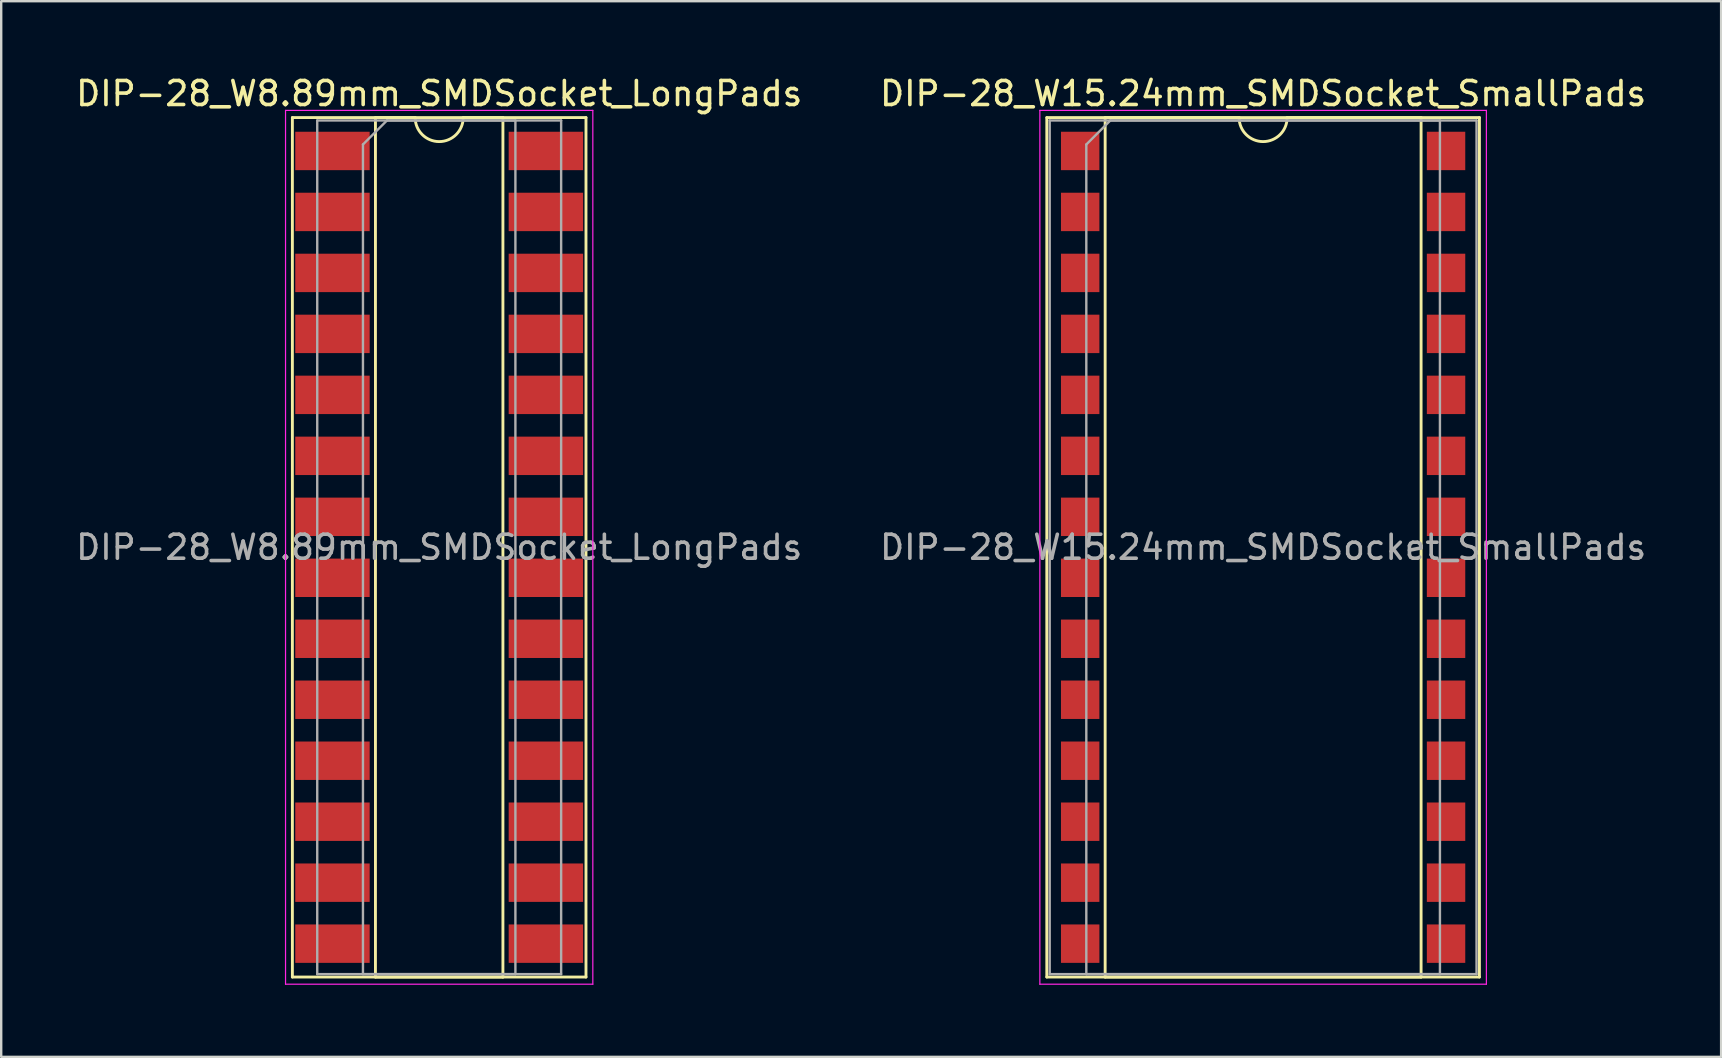
<source format=kicad_pcb>
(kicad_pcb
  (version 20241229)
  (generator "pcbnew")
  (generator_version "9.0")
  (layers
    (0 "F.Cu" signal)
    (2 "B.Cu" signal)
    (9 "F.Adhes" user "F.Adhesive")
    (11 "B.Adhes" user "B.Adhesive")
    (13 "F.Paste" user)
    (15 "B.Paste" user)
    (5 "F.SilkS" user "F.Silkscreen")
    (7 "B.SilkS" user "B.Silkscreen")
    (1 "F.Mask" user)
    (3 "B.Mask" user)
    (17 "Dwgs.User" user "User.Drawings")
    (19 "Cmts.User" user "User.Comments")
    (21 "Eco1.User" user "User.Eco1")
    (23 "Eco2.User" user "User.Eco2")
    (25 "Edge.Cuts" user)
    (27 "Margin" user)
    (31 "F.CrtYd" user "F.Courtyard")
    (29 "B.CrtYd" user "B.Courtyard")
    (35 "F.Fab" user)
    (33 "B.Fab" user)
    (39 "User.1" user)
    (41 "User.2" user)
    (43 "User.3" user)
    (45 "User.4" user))
  (footprint "DIP-28_W8.89mm_SMDSocket_LongPads"
    (layer "F.Cu")
    (at 15.244 19.748)
    (property "Reference" "DIP-28_W8.89mm_SMDSocket_LongPads" (at 0 -18.9 0) (layer "F.SilkS") (effects (font (size 1 1) (thickness 0.15))))
    (attr smd)
    (fp_line (start -6.115 -17.9) (end -6.115 17.9) (stroke (width 0.12) (type solid)) (layer "F.SilkS"))
    (fp_line (start -6.115 17.9) (end 6.115 17.9) (stroke (width 0.12) (type solid)) (layer "F.SilkS"))
    (fp_line (start -2.655 -17.9) (end -2.655 17.9) (stroke (width 0.12) (type solid)) (layer "F.SilkS"))
    (fp_line (start -2.655 17.9) (end 2.655 17.9) (stroke (width 0.12) (type solid)) (layer "F.SilkS"))
    (fp_line (start -1 -17.9) (end -2.655 -17.9) (stroke (width 0.12) (type solid)) (layer "F.SilkS"))
    (fp_line (start 2.655 -17.9) (end 1 -17.9) (stroke (width 0.12) (type solid)) (layer "F.SilkS"))
    (fp_line (start 2.655 17.9) (end 2.655 -17.9) (stroke (width 0.12) (type solid)) (layer "F.SilkS"))
    (fp_line (start 6.115 -17.9) (end -6.115 -17.9) (stroke (width 0.12) (type solid)) (layer "F.SilkS"))
    (fp_line (start 6.115 17.9) (end 6.115 -17.9) (stroke (width 0.12) (type solid)) (layer "F.SilkS"))
    (fp_arc (start 1 -17.9) (mid 0 -16.9) (end -1 -17.9) (stroke (width 0.12) (type solid)) (layer "F.SilkS"))
    (fp_line (start -6.4 -18.2) (end -6.4 18.2) (stroke (width 0.05) (type solid)) (layer "F.CrtYd"))
    (fp_line (start -6.4 18.2) (end 6.4 18.2) (stroke (width 0.05) (type solid)) (layer "F.CrtYd"))
    (fp_line (start 6.4 -18.2) (end -6.4 -18.2) (stroke (width 0.05) (type solid)) (layer "F.CrtYd"))
    (fp_line (start 6.4 18.2) (end 6.4 -18.2) (stroke (width 0.05) (type solid)) (layer "F.CrtYd"))
    (fp_line (start -5.08 -17.78) (end -5.08 17.78) (stroke (width 0.1) (type solid)) (layer "F.Fab"))
    (fp_line (start -5.08 17.78) (end 5.08 17.78) (stroke (width 0.1) (type solid)) (layer "F.Fab"))
    (fp_line (start -3.175 -16.78) (end -2.175 -17.78) (stroke (width 0.1) (type solid)) (layer "F.Fab"))
    (fp_line (start -3.175 17.78) (end -3.175 -16.78) (stroke (width 0.1) (type solid)) (layer "F.Fab"))
    (fp_line (start -2.175 -17.78) (end 3.175 -17.78) (stroke (width 0.1) (type solid)) (layer "F.Fab"))
    (fp_line (start 3.175 -17.78) (end 3.175 17.78) (stroke (width 0.1) (type solid)) (layer "F.Fab"))
    (fp_line (start 3.175 17.78) (end -3.175 17.78) (stroke (width 0.1) (type solid)) (layer "F.Fab"))
    (fp_line (start 5.08 -17.78) (end -5.08 -17.78) (stroke (width 0.1) (type solid)) (layer "F.Fab"))
    (fp_line (start 5.08 17.78) (end 5.08 -17.78) (stroke (width 0.1) (type solid)) (layer "F.Fab"))
    (fp_text user "${REFERENCE}" (at 0 0 0) (layer "F.Fab") (effects (font (size 1 1) (thickness 0.15))))
    (pad "1" smd rect (at -4.445 -16.51) (size 3.1 1.6) (layers "F.Cu" "F.Mask" "F.Paste"))
    (pad "2" smd rect (at -4.445 -13.97) (size 3.1 1.6) (layers "F.Cu" "F.Mask" "F.Paste"))
    (pad "3" smd rect (at -4.445 -11.43) (size 3.1 1.6) (layers "F.Cu" "F.Mask" "F.Paste"))
    (pad "4" smd rect (at -4.445 -8.89) (size 3.1 1.6) (layers "F.Cu" "F.Mask" "F.Paste"))
    (pad "5" smd rect (at -4.445 -6.35) (size 3.1 1.6) (layers "F.Cu" "F.Mask" "F.Paste"))
    (pad "6" smd rect (at -4.445 -3.81) (size 3.1 1.6) (layers "F.Cu" "F.Mask" "F.Paste"))
    (pad "7" smd rect (at -4.445 -1.27) (size 3.1 1.6) (layers "F.Cu" "F.Mask" "F.Paste"))
    (pad "8" smd rect (at -4.445 1.27) (size 3.1 1.6) (layers "F.Cu" "F.Mask" "F.Paste"))
    (pad "9" smd rect (at -4.445 3.81) (size 3.1 1.6) (layers "F.Cu" "F.Mask" "F.Paste"))
    (pad "10" smd rect (at -4.445 6.35) (size 3.1 1.6) (layers "F.Cu" "F.Mask" "F.Paste"))
    (pad "11" smd rect (at -4.445 8.89) (size 3.1 1.6) (layers "F.Cu" "F.Mask" "F.Paste"))
    (pad "12" smd rect (at -4.445 11.43) (size 3.1 1.6) (layers "F.Cu" "F.Mask" "F.Paste"))
    (pad "13" smd rect (at -4.445 13.97) (size 3.1 1.6) (layers "F.Cu" "F.Mask" "F.Paste"))
    (pad "14" smd rect (at -4.445 16.51) (size 3.1 1.6) (layers "F.Cu" "F.Mask" "F.Paste"))
    (pad "15" smd rect (at 4.445 16.51) (size 3.1 1.6) (layers "F.Cu" "F.Mask" "F.Paste"))
    (pad "16" smd rect (at 4.445 13.97) (size 3.1 1.6) (layers "F.Cu" "F.Mask" "F.Paste"))
    (pad "17" smd rect (at 4.445 11.43) (size 3.1 1.6) (layers "F.Cu" "F.Mask" "F.Paste"))
    (pad "18" smd rect (at 4.445 8.89) (size 3.1 1.6) (layers "F.Cu" "F.Mask" "F.Paste"))
    (pad "19" smd rect (at 4.445 6.35) (size 3.1 1.6) (layers "F.Cu" "F.Mask" "F.Paste"))
    (pad "20" smd rect (at 4.445 3.81) (size 3.1 1.6) (layers "F.Cu" "F.Mask" "F.Paste"))
    (pad "21" smd rect (at 4.445 1.27) (size 3.1 1.6) (layers "F.Cu" "F.Mask" "F.Paste"))
    (pad "22" smd rect (at 4.445 -1.27) (size 3.1 1.6) (layers "F.Cu" "F.Mask" "F.Paste"))
    (pad "23" smd rect (at 4.445 -3.81) (size 3.1 1.6) (layers "F.Cu" "F.Mask" "F.Paste"))
    (pad "24" smd rect (at 4.445 -6.35) (size 3.1 1.6) (layers "F.Cu" "F.Mask" "F.Paste"))
    (pad "25" smd rect (at 4.445 -8.89) (size 3.1 1.6) (layers "F.Cu" "F.Mask" "F.Paste"))
    (pad "26" smd rect (at 4.445 -11.43) (size 3.1 1.6) (layers "F.Cu" "F.Mask" "F.Paste"))
    (pad "27" smd rect (at 4.445 -13.97) (size 3.1 1.6) (layers "F.Cu" "F.Mask" "F.Paste"))
    (pad "28" smd rect (at 4.445 -16.51) (size 3.1 1.6) (layers "F.Cu" "F.Mask" "F.Paste")))
  (footprint "DIP-28_W15.24mm_SMDSocket_SmallPads"
    (layer "F.Cu")
    (at 49.565 19.748)
    (property "Reference" "DIP-28_W15.24mm_SMDSocket_SmallPads" (at 0 -18.9 0) (layer "F.SilkS") (effects (font (size 1 1) (thickness 0.15))))
    (attr smd)
    (fp_line (start -9.01 -17.9) (end -9.01 17.9) (stroke (width 0.12) (type solid)) (layer "F.SilkS"))
    (fp_line (start -9.01 17.9) (end 9.01 17.9) (stroke (width 0.12) (type solid)) (layer "F.SilkS"))
    (fp_line (start -6.58 -17.9) (end -6.58 17.9) (stroke (width 0.12) (type solid)) (layer "F.SilkS"))
    (fp_line (start -6.58 17.9) (end 6.58 17.9) (stroke (width 0.12) (type solid)) (layer "F.SilkS"))
    (fp_line (start -1 -17.9) (end -6.58 -17.9) (stroke (width 0.12) (type solid)) (layer "F.SilkS"))
    (fp_line (start 6.58 -17.9) (end 1 -17.9) (stroke (width 0.12) (type solid)) (layer "F.SilkS"))
    (fp_line (start 6.58 17.9) (end 6.58 -17.9) (stroke (width 0.12) (type solid)) (layer "F.SilkS"))
    (fp_line (start 9.01 -17.9) (end -9.01 -17.9) (stroke (width 0.12) (type solid)) (layer "F.SilkS"))
    (fp_line (start 9.01 17.9) (end 9.01 -17.9) (stroke (width 0.12) (type solid)) (layer "F.SilkS"))
    (fp_arc (start 1 -17.9) (mid 0 -16.9) (end -1 -17.9) (stroke (width 0.12) (type solid)) (layer "F.SilkS"))
    (fp_line (start -9.3 -18.2) (end -9.3 18.2) (stroke (width 0.05) (type solid)) (layer "F.CrtYd"))
    (fp_line (start -9.3 18.2) (end 9.3 18.2) (stroke (width 0.05) (type solid)) (layer "F.CrtYd"))
    (fp_line (start 9.3 -18.2) (end -9.3 -18.2) (stroke (width 0.05) (type solid)) (layer "F.CrtYd"))
    (fp_line (start 9.3 18.2) (end 9.3 -18.2) (stroke (width 0.05) (type solid)) (layer "F.CrtYd"))
    (fp_line (start -8.89 -17.78) (end -8.89 17.78) (stroke (width 0.1) (type solid)) (layer "F.Fab"))
    (fp_line (start -8.89 17.78) (end 8.89 17.78) (stroke (width 0.1) (type solid)) (layer "F.Fab"))
    (fp_line (start -7.365 -16.78) (end -6.365 -17.78) (stroke (width 0.1) (type solid)) (layer "F.Fab"))
    (fp_line (start -7.365 17.78) (end -7.365 -16.78) (stroke (width 0.1) (type solid)) (layer "F.Fab"))
    (fp_line (start -6.365 -17.78) (end 7.365 -17.78) (stroke (width 0.1) (type solid)) (layer "F.Fab"))
    (fp_line (start 7.365 -17.78) (end 7.365 17.78) (stroke (width 0.1) (type solid)) (layer "F.Fab"))
    (fp_line (start 7.365 17.78) (end -7.365 17.78) (stroke (width 0.1) (type solid)) (layer "F.Fab"))
    (fp_line (start 8.89 -17.78) (end -8.89 -17.78) (stroke (width 0.1) (type solid)) (layer "F.Fab"))
    (fp_line (start 8.89 17.78) (end 8.89 -17.78) (stroke (width 0.1) (type solid)) (layer "F.Fab"))
    (fp_text user "${REFERENCE}" (at 0 0 0) (layer "F.Fab") (effects (font (size 1 1) (thickness 0.15))))
    (pad "1" smd rect (at -7.62 -16.51) (size 1.6 1.6) (layers "F.Cu" "F.Mask" "F.Paste"))
    (pad "2" smd rect (at -7.62 -13.97) (size 1.6 1.6) (layers "F.Cu" "F.Mask" "F.Paste"))
    (pad "3" smd rect (at -7.62 -11.43) (size 1.6 1.6) (layers "F.Cu" "F.Mask" "F.Paste"))
    (pad "4" smd rect (at -7.62 -8.89) (size 1.6 1.6) (layers "F.Cu" "F.Mask" "F.Paste"))
    (pad "5" smd rect (at -7.62 -6.35) (size 1.6 1.6) (layers "F.Cu" "F.Mask" "F.Paste"))
    (pad "6" smd rect (at -7.62 -3.81) (size 1.6 1.6) (layers "F.Cu" "F.Mask" "F.Paste"))
    (pad "7" smd rect (at -7.62 -1.27) (size 1.6 1.6) (layers "F.Cu" "F.Mask" "F.Paste"))
    (pad "8" smd rect (at -7.62 1.27) (size 1.6 1.6) (layers "F.Cu" "F.Mask" "F.Paste"))
    (pad "9" smd rect (at -7.62 3.81) (size 1.6 1.6) (layers "F.Cu" "F.Mask" "F.Paste"))
    (pad "10" smd rect (at -7.62 6.35) (size 1.6 1.6) (layers "F.Cu" "F.Mask" "F.Paste"))
    (pad "11" smd rect (at -7.62 8.89) (size 1.6 1.6) (layers "F.Cu" "F.Mask" "F.Paste"))
    (pad "12" smd rect (at -7.62 11.43) (size 1.6 1.6) (layers "F.Cu" "F.Mask" "F.Paste"))
    (pad "13" smd rect (at -7.62 13.97) (size 1.6 1.6) (layers "F.Cu" "F.Mask" "F.Paste"))
    (pad "14" smd rect (at -7.62 16.51) (size 1.6 1.6) (layers "F.Cu" "F.Mask" "F.Paste"))
    (pad "15" smd rect (at 7.62 16.51) (size 1.6 1.6) (layers "F.Cu" "F.Mask" "F.Paste"))
    (pad "16" smd rect (at 7.62 13.97) (size 1.6 1.6) (layers "F.Cu" "F.Mask" "F.Paste"))
    (pad "17" smd rect (at 7.62 11.43) (size 1.6 1.6) (layers "F.Cu" "F.Mask" "F.Paste"))
    (pad "18" smd rect (at 7.62 8.89) (size 1.6 1.6) (layers "F.Cu" "F.Mask" "F.Paste"))
    (pad "19" smd rect (at 7.62 6.35) (size 1.6 1.6) (layers "F.Cu" "F.Mask" "F.Paste"))
    (pad "20" smd rect (at 7.62 3.81) (size 1.6 1.6) (layers "F.Cu" "F.Mask" "F.Paste"))
    (pad "21" smd rect (at 7.62 1.27) (size 1.6 1.6) (layers "F.Cu" "F.Mask" "F.Paste"))
    (pad "22" smd rect (at 7.62 -1.27) (size 1.6 1.6) (layers "F.Cu" "F.Mask" "F.Paste"))
    (pad "23" smd rect (at 7.62 -3.81) (size 1.6 1.6) (layers "F.Cu" "F.Mask" "F.Paste"))
    (pad "24" smd rect (at 7.62 -6.35) (size 1.6 1.6) (layers "F.Cu" "F.Mask" "F.Paste"))
    (pad "25" smd rect (at 7.62 -8.89) (size 1.6 1.6) (layers "F.Cu" "F.Mask" "F.Paste"))
    (pad "26" smd rect (at 7.62 -11.43) (size 1.6 1.6) (layers "F.Cu" "F.Mask" "F.Paste"))
    (pad "27" smd rect (at 7.62 -13.97) (size 1.6 1.6) (layers "F.Cu" "F.Mask" "F.Paste"))
    (pad "28" smd rect (at 7.62 -16.51) (size 1.6 1.6) (layers "F.Cu" "F.Mask" "F.Paste")))
  (gr_rect
    (start -3 -3)
    (end 68.643 40.973)
    (stroke (width 0.1) (type default))
    (fill no)
    (layer "Edge.Cuts")))
</source>
